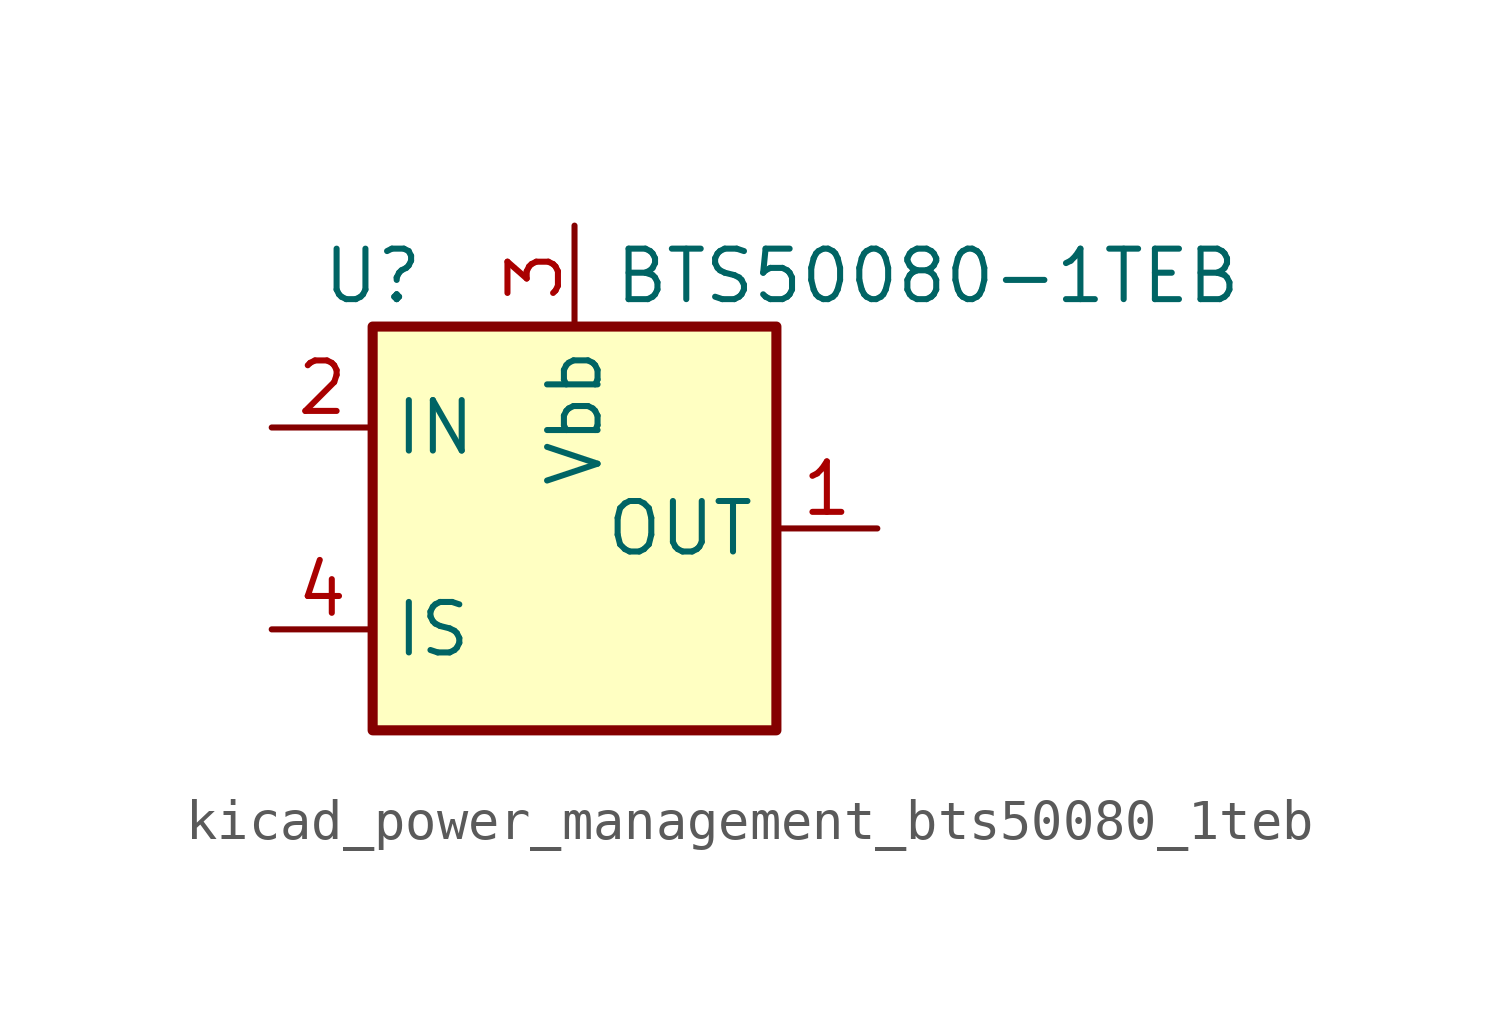
<source format=kicad_sym>
(kicad_symbol_lib
  (version 20220914)
  (generator kicad_symbol_editor)
  (symbol "kicad_power_management_bts50080_1teb"
    (property "Reference" "U"
      (at -5.08 6.35 0)
      (effects (font (size 1.27 1.27))))
    (property "Value" "BTS50080-1TEB"
      (at 8.89 6.35 0)
      (effects (font (size 1.27 1.27))))
    (symbol "kicad_power_management_bts50080_1teb_0_1"
      (rectangle (start -5.08 5.08) (end 5.08 -5.08) (stroke (width 0.254) (type default)) (fill (type background))))
    (symbol "kicad_power_management_bts50080_1teb_1_1"
      (pin power_out line (at 7.62 0 180) (length 2.54) (name "OUT" (effects (font (size 1.27 1.27)))) (number "1" (effects (font (size 1.27 1.27)))))
      (pin input line (at -7.62 2.54 0) (length 2.54) (name "IN" (effects (font (size 1.27 1.27)))) (number "2" (effects (font (size 1.27 1.27)))))
      (pin power_in line (at 0 7.62 270) (length 2.54) (name "Vbb" (effects (font (size 1.27 1.27)))) (number "3" (effects (font (size 1.27 1.27)))))
      (pin output line (at -7.62 -2.54 0) (length 2.54) (name "IS" (effects (font (size 1.27 1.27)))) (number "4" (effects (font (size 1.27 1.27)))))
      (pin passive line (at 7.62 0 180) (length 2.54) hide (name "OUT" (effects (font (size 1.27 1.27)))) (number "5" (effects (font (size 1.27 1.27))))))))
</source>
